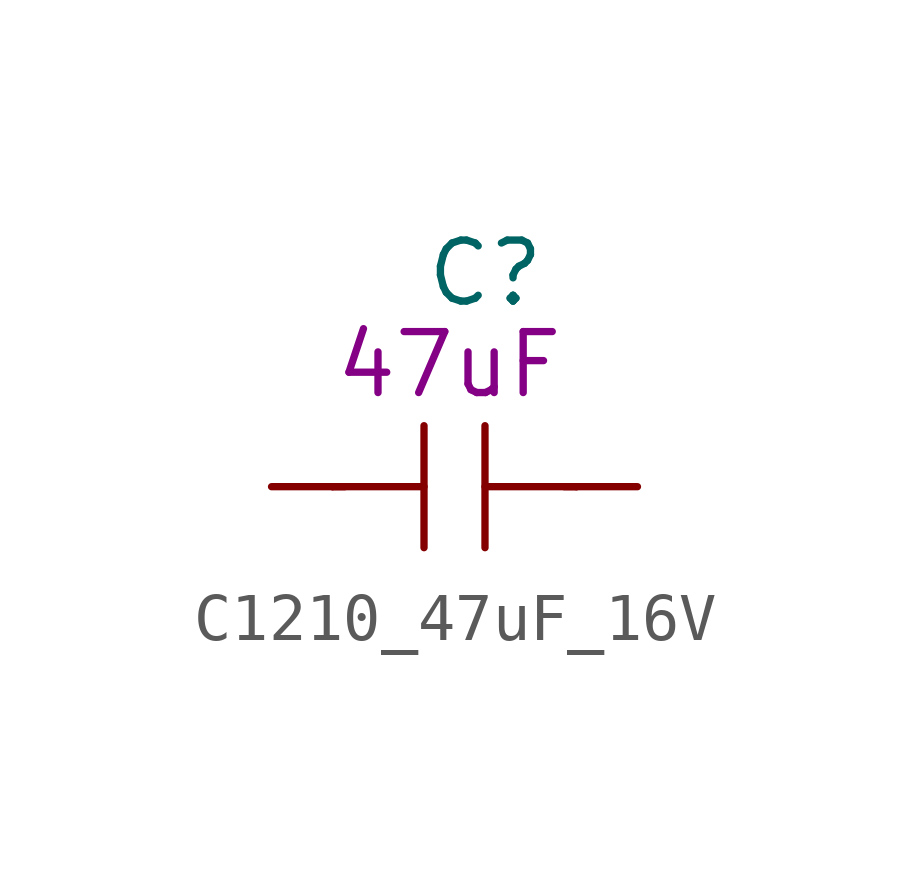
<source format=kicad_sym>
(kicad_symbol_lib
  (version 20211014)
  (generator kicad_symbol_editor)
  (symbol "C1210_47uF_16V"
    (pin_numbers hide)
    (pin_names
      (offset 1.016))
    (property "Reference" "C"
      (at -0.635 4.445 0)
      (effects (font (size 1.27 1.27)) (justify left)))
    (property "Symbol" "47uF"
      (at -2.54 2.54 0)
      (effects (font (size 1.27 1.27)) (justify left)))
    (symbol "C1210_47uF_16V_1_1"
      (polyline (pts (xy -2.54 0) (xy -0.635 0)) (stroke (width 0) (type default) (color 0 0 0 0)) (fill (type none)))
      (polyline (pts (xy -2.286 0) (xy -2.54 0)) (stroke (width 0) (type default) (color 0 0 0 0)) (fill (type none)))
      (polyline (pts (xy -0.635 1.27) (xy -0.635 -1.27)) (stroke (width 0) (type default) (color 0 0 0 0)) (fill (type none)))
      (polyline (pts (xy 0.635 0) (xy 2.54 0)) (stroke (width 0) (type default) (color 0 0 0 0)) (fill (type none)))
      (polyline (pts (xy 0.635 1.27) (xy 0.635 -1.27)) (stroke (width 0) (type default) (color 0 0 0 0)) (fill (type none)))
      (polyline (pts (xy 2.286 0) (xy 2.54 0)) (stroke (width 0) (type default) (color 0 0 0 0)) (fill (type none)))
      (pin passive line (at -3.81 0 0) (length 1.27) (name "~" (effects (font (size 1.27 1.27)))) (number "1" (effects (font (size 1.27 1.27)))))
      (pin passive line (at 3.81 0 180) (length 1.27) (name "~" (effects (font (size 1.27 1.27)))) (number "2" (effects (font (size 1.27 1.27))))))))
</source>
